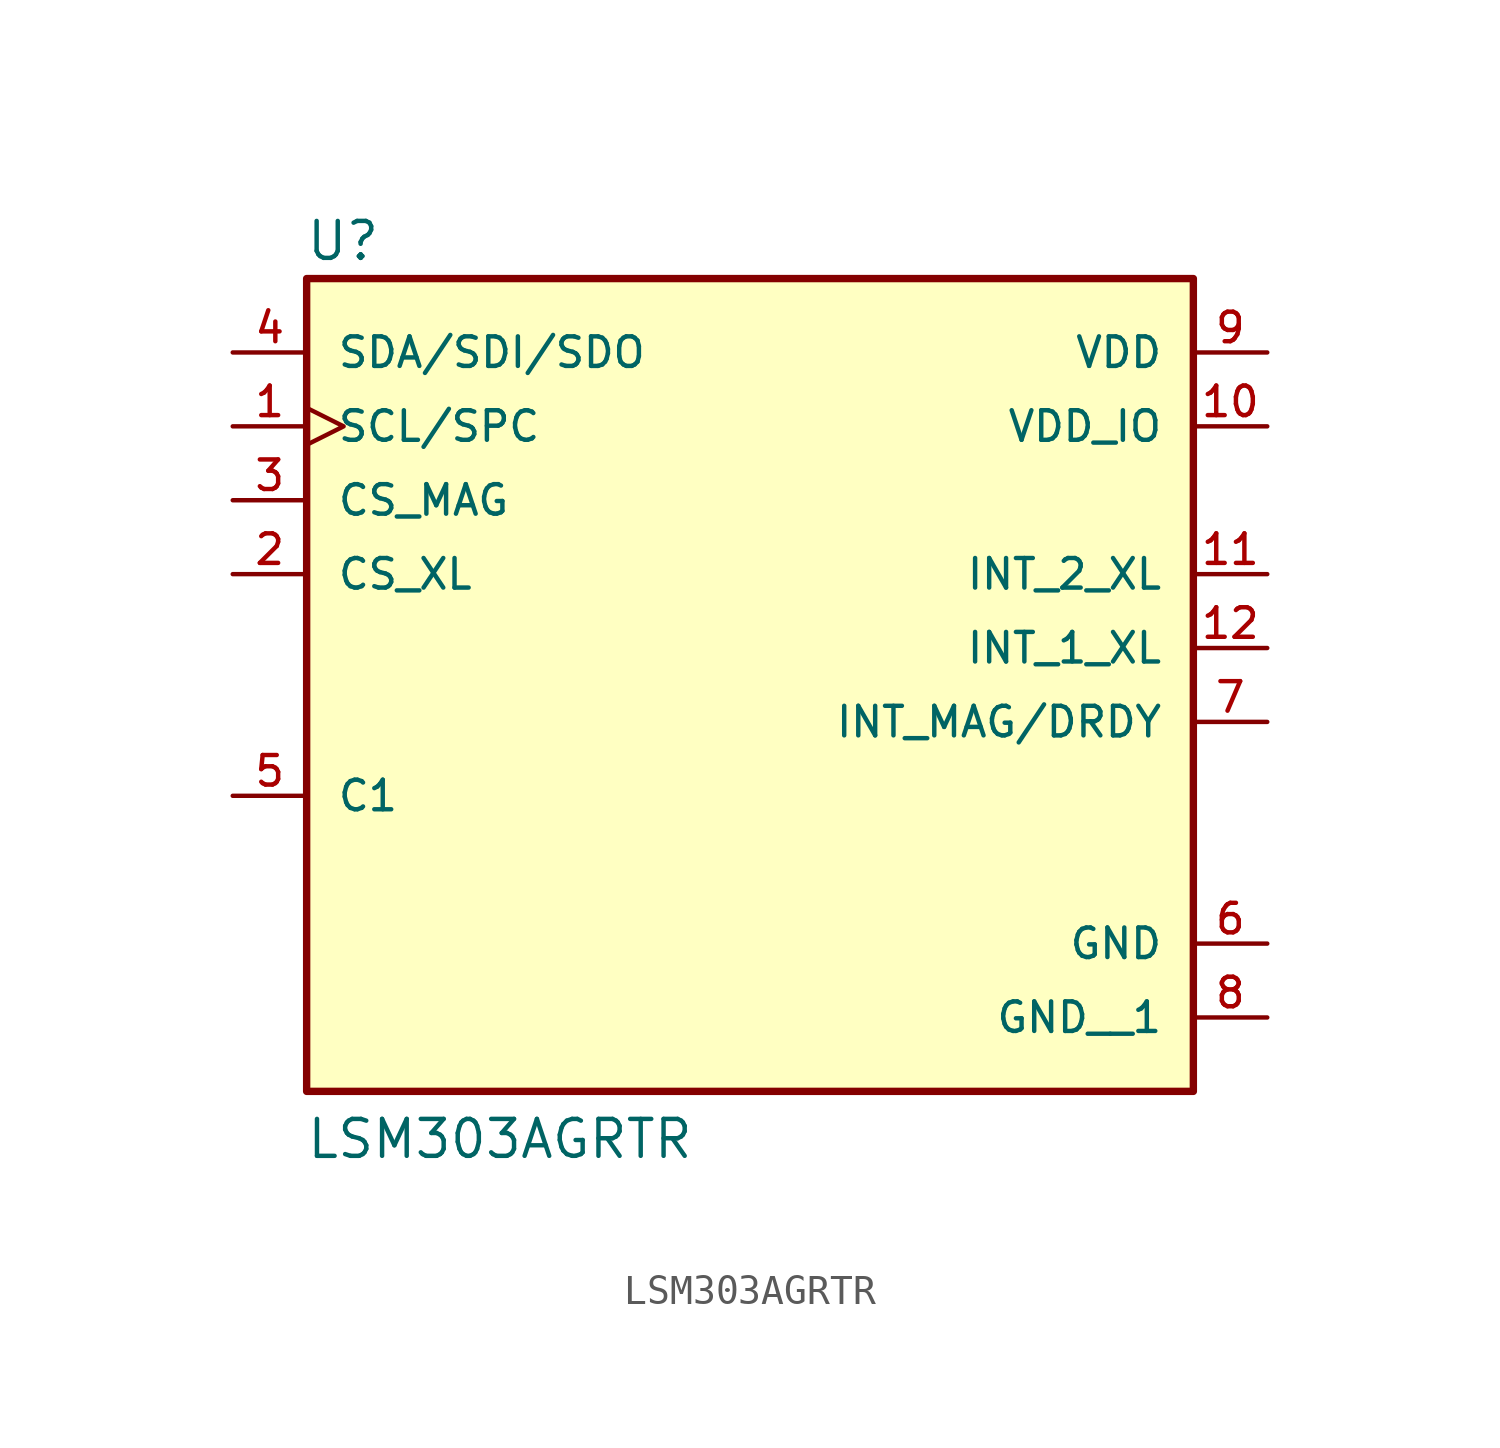
<source format=kicad_sym>
(kicad_symbol_lib
  (version 20211014)
  (generator kicad_symbol_editor)
  (symbol "LSM303AGRTR"
    (pin_names
      (offset 1.016))
    (property "Reference" "U"
      (at -15.299 13.248 0)
      (effects (font (size 1.27 1.27)) (justify bottom left)))
    (property "Value" "LSM303AGRTR"
      (at -15.287 -17.619 0)
      (effects (font (size 1.27 1.27)) (justify bottom left)))
    (symbol "LSM303AGRTR_0_0"
      (rectangle (start -15.24 -15.24) (end 15.24 12.7) (stroke (width 0.254)) (fill (type background)))
      (pin bidirectional clock (at -17.78 7.62 0) (length 2.54) (name "SCL/SPC" (effects (font (size 1.016 1.016)))) (number "1" (effects (font (size 1.016 1.016)))))
      (pin input line (at -17.78 2.54 0) (length 2.54) (name "CS_XL" (effects (font (size 1.016 1.016)))) (number "2" (effects (font (size 1.016 1.016)))))
      (pin input line (at -17.78 5.08 0) (length 2.54) (name "CS_MAG" (effects (font (size 1.016 1.016)))) (number "3" (effects (font (size 1.016 1.016)))))
      (pin bidirectional line (at -17.78 10.16 0) (length 2.54) (name "SDA/SDI/SDO" (effects (font (size 1.016 1.016)))) (number "4" (effects (font (size 1.016 1.016)))))
      (pin passive line (at -17.78 -5.08 0) (length 2.54) (name "C1" (effects (font (size 1.016 1.016)))) (number "5" (effects (font (size 1.016 1.016)))))
      (pin power_in line (at 17.78 -10.16 180.0) (length 2.54) (name "GND" (effects (font (size 1.016 1.016)))) (number "6" (effects (font (size 1.016 1.016)))))
      (pin output line (at 17.78 -2.54 180.0) (length 2.54) (name "INT_MAG/DRDY" (effects (font (size 1.016 1.016)))) (number "7" (effects (font (size 1.016 1.016)))))
      (pin power_in line (at 17.78 10.16 180.0) (length 2.54) (name "VDD" (effects (font (size 1.016 1.016)))) (number "9" (effects (font (size 1.016 1.016)))))
      (pin power_in line (at 17.78 7.62 180.0) (length 2.54) (name "VDD_IO" (effects (font (size 1.016 1.016)))) (number "10" (effects (font (size 1.016 1.016)))))
      (pin output line (at 17.78 2.54 180.0) (length 2.54) (name "INT_2_XL" (effects (font (size 1.016 1.016)))) (number "11" (effects (font (size 1.016 1.016)))))
      (pin output line (at 17.78 0.0 180.0) (length 2.54) (name "INT_1_XL" (effects (font (size 1.016 1.016)))) (number "12" (effects (font (size 1.016 1.016)))))
      (pin power_in line (at 17.78 -12.7 180.0) (length 2.54) (name "GND__1" (effects (font (size 1.016 1.016)))) (number "8" (effects (font (size 1.016 1.016))))))))
</source>
